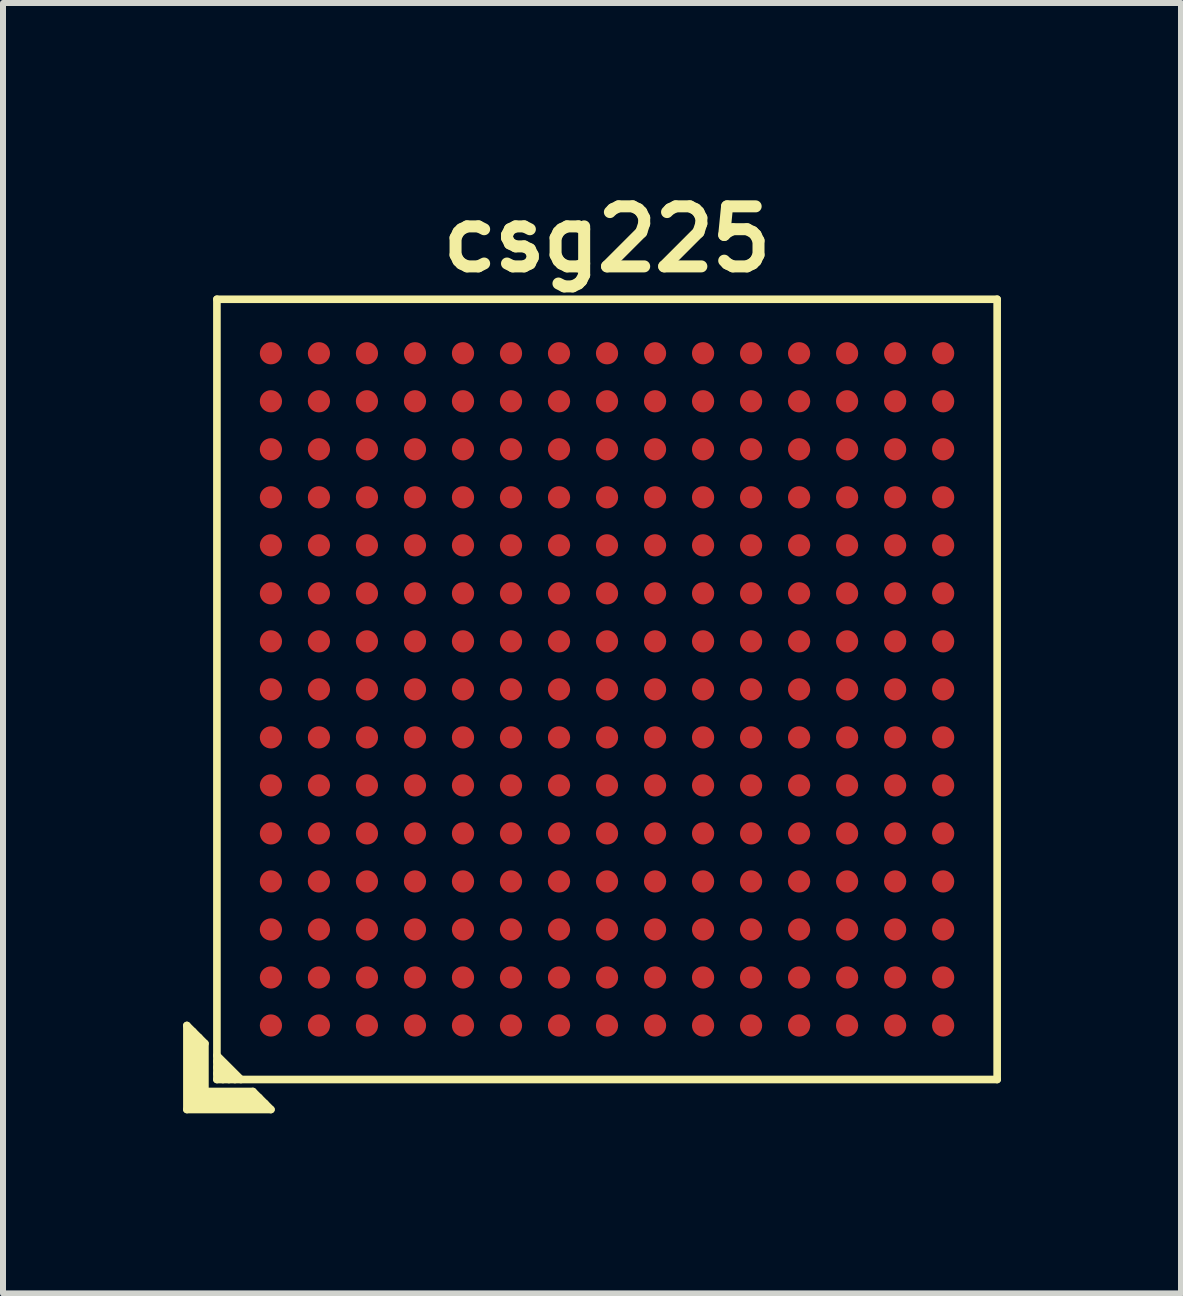
<source format=kicad_pcb>
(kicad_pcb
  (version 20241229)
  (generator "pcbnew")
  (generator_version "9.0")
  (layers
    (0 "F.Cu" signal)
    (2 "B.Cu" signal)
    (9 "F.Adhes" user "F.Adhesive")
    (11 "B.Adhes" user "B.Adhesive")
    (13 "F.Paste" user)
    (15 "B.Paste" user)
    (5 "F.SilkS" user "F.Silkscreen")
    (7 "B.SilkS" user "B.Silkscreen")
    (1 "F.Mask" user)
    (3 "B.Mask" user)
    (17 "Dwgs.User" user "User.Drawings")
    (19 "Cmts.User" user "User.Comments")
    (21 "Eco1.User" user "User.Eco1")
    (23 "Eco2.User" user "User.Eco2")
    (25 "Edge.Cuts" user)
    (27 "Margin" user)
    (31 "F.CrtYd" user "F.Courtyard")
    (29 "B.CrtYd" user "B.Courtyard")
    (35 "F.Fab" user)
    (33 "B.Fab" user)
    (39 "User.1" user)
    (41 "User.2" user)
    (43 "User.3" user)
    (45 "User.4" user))
  (footprint "csg225"
    (layer "F.Cu")
    (at 7.064 8.436)
    (property "Reference" "csg225" (at 0 -7.5 0) (layer "F.SilkS") (effects (font (size 1 1) (thickness 0.2))))
    (attr through_hole)
    (fp_line (start -7 5.6) (end -6.7 5.9) (stroke (width 0.127) (type solid)) (layer "F.SilkS"))
    (fp_line (start -7 7) (end -7 5.6) (stroke (width 0.127) (type solid)) (layer "F.SilkS"))
    (fp_line (start -6.9 6.9) (end -6.9 5.7) (stroke (width 0.127) (type solid)) (layer "F.SilkS"))
    (fp_line (start -6.8 5.8) (end -6.8 6.8) (stroke (width 0.127) (type solid)) (layer "F.SilkS"))
    (fp_line (start -6.8 6.8) (end -5.8 6.8) (stroke (width 0.127) (type solid)) (layer "F.SilkS"))
    (fp_line (start -6.7 5.9) (end -6.7 6.7) (stroke (width 0.127) (type solid)) (layer "F.SilkS"))
    (fp_line (start -6.7 6.7) (end -5.9 6.7) (stroke (width 0.127) (type solid)) (layer "F.SilkS"))
    (fp_line (start -6.5 -6.5) (end 6.5 -6.5) (stroke (width 0.127) (type solid)) (layer "F.SilkS"))
    (fp_line (start -6.5 6.1) (end -6.1 6.5) (stroke (width 0.127) (type solid)) (layer "F.SilkS"))
    (fp_line (start -6.5 6.2) (end -6.2 6.5) (stroke (width 0.127) (type solid)) (layer "F.SilkS"))
    (fp_line (start -6.5 6.5) (end -6.5 -6.5) (stroke (width 0.127) (type solid)) (layer "F.SilkS"))
    (fp_line (start -6.4 6.5) (end -6.5 6.4) (stroke (width 0.127) (type solid)) (layer "F.SilkS"))
    (fp_line (start -6.3 6.5) (end -6.5 6.3) (stroke (width 0.127) (type solid)) (layer "F.SilkS"))
    (fp_line (start -5.9 6.7) (end -5.6 7) (stroke (width 0.127) (type solid)) (layer "F.SilkS"))
    (fp_line (start -5.7 6.9) (end -6.9 6.9) (stroke (width 0.127) (type solid)) (layer "F.SilkS"))
    (fp_line (start -5.6 7) (end -7 7) (stroke (width 0.127) (type solid)) (layer "F.SilkS"))
    (fp_line (start 6.5 -6.5) (end 6.5 6.5) (stroke (width 0.127) (type solid)) (layer "F.SilkS"))
    (fp_line (start 6.5 6.5) (end -6.5 6.5) (stroke (width 0.127) (type solid)) (layer "F.SilkS"))
    (pad "A1" smd circle (at -5.6 5.6) (size 0.37 0.37) (layers "F.Cu" "F.Mask" "F.Paste"))
    (pad "A2" smd circle (at -5.6 4.8) (size 0.37 0.37) (layers "F.Cu" "F.Mask" "F.Paste"))
    (pad "A3" smd circle (at -5.6 4) (size 0.37 0.37) (layers "F.Cu" "F.Mask" "F.Paste"))
    (pad "A4" smd circle (at -5.6 3.2) (size 0.37 0.37) (layers "F.Cu" "F.Mask" "F.Paste"))
    (pad "A5" smd circle (at -5.6 2.4) (size 0.37 0.37) (layers "F.Cu" "F.Mask" "F.Paste"))
    (pad "A6" smd circle (at -5.6 1.6) (size 0.37 0.37) (layers "F.Cu" "F.Mask" "F.Paste"))
    (pad "A7" smd circle (at -5.6 0.8) (size 0.37 0.37) (layers "F.Cu" "F.Mask" "F.Paste"))
    (pad "A8" smd circle (at -5.6 0) (size 0.37 0.37) (layers "F.Cu" "F.Mask" "F.Paste"))
    (pad "A9" smd circle (at -5.6 -0.8) (size 0.37 0.37) (layers "F.Cu" "F.Mask" "F.Paste"))
    (pad "A10" smd circle (at -5.6 -1.6) (size 0.37 0.37) (layers "F.Cu" "F.Mask" "F.Paste"))
    (pad "A11" smd circle (at -5.6 -2.4) (size 0.37 0.37) (layers "F.Cu" "F.Mask" "F.Paste"))
    (pad "A12" smd circle (at -5.6 -3.2) (size 0.37 0.37) (layers "F.Cu" "F.Mask" "F.Paste"))
    (pad "A13" smd circle (at -5.6 -4) (size 0.37 0.37) (layers "F.Cu" "F.Mask" "F.Paste"))
    (pad "A14" smd circle (at -5.6 -4.8) (size 0.37 0.37) (layers "F.Cu" "F.Mask" "F.Paste"))
    (pad "A15" smd circle (at -5.6 -5.6) (size 0.37 0.37) (layers "F.Cu" "F.Mask" "F.Paste"))
    (pad "B1" smd circle (at -4.8 5.6) (size 0.37 0.37) (layers "F.Cu" "F.Mask" "F.Paste"))
    (pad "B2" smd circle (at -4.8 4.8) (size 0.37 0.37) (layers "F.Cu" "F.Mask" "F.Paste"))
    (pad "B3" smd circle (at -4.8 4) (size 0.37 0.37) (layers "F.Cu" "F.Mask" "F.Paste"))
    (pad "B4" smd circle (at -4.8 3.2) (size 0.37 0.37) (layers "F.Cu" "F.Mask" "F.Paste"))
    (pad "B5" smd circle (at -4.8 2.4) (size 0.37 0.37) (layers "F.Cu" "F.Mask" "F.Paste"))
    (pad "B6" smd circle (at -4.8 1.6) (size 0.37 0.37) (layers "F.Cu" "F.Mask" "F.Paste"))
    (pad "B7" smd circle (at -4.8 0.8) (size 0.37 0.37) (layers "F.Cu" "F.Mask" "F.Paste"))
    (pad "B8" smd circle (at -4.8 0) (size 0.37 0.37) (layers "F.Cu" "F.Mask" "F.Paste"))
    (pad "B9" smd circle (at -4.8 -0.8) (size 0.37 0.37) (layers "F.Cu" "F.Mask" "F.Paste"))
    (pad "B10" smd circle (at -4.8 -1.6) (size 0.37 0.37) (layers "F.Cu" "F.Mask" "F.Paste"))
    (pad "B11" smd circle (at -4.8 -2.4) (size 0.37 0.37) (layers "F.Cu" "F.Mask" "F.Paste"))
    (pad "B12" smd circle (at -4.8 -3.2) (size 0.37 0.37) (layers "F.Cu" "F.Mask" "F.Paste"))
    (pad "B13" smd circle (at -4.8 -4) (size 0.37 0.37) (layers "F.Cu" "F.Mask" "F.Paste"))
    (pad "B14" smd circle (at -4.8 -4.8) (size 0.37 0.37) (layers "F.Cu" "F.Mask" "F.Paste"))
    (pad "B15" smd circle (at -4.8 -5.6) (size 0.37 0.37) (layers "F.Cu" "F.Mask" "F.Paste"))
    (pad "C1" smd circle (at -4 5.6) (size 0.37 0.37) (layers "F.Cu" "F.Mask" "F.Paste"))
    (pad "C2" smd circle (at -4 4.8) (size 0.37 0.37) (layers "F.Cu" "F.Mask" "F.Paste"))
    (pad "C3" smd circle (at -4 4) (size 0.37 0.37) (layers "F.Cu" "F.Mask" "F.Paste"))
    (pad "C4" smd circle (at -4 3.2) (size 0.37 0.37) (layers "F.Cu" "F.Mask" "F.Paste"))
    (pad "C5" smd circle (at -4 2.4) (size 0.37 0.37) (layers "F.Cu" "F.Mask" "F.Paste"))
    (pad "C6" smd circle (at -4 1.6) (size 0.37 0.37) (layers "F.Cu" "F.Mask" "F.Paste"))
    (pad "C7" smd circle (at -4 0.8) (size 0.37 0.37) (layers "F.Cu" "F.Mask" "F.Paste"))
    (pad "C8" smd circle (at -4 0) (size 0.37 0.37) (layers "F.Cu" "F.Mask" "F.Paste"))
    (pad "C9" smd circle (at -4 -0.8) (size 0.37 0.37) (layers "F.Cu" "F.Mask" "F.Paste"))
    (pad "C10" smd circle (at -4 -1.6) (size 0.37 0.37) (layers "F.Cu" "F.Mask" "F.Paste"))
    (pad "C11" smd circle (at -4 -2.4) (size 0.37 0.37) (layers "F.Cu" "F.Mask" "F.Paste"))
    (pad "C12" smd circle (at -4 -3.2) (size 0.37 0.37) (layers "F.Cu" "F.Mask" "F.Paste"))
    (pad "C13" smd circle (at -4 -4) (size 0.37 0.37) (layers "F.Cu" "F.Mask" "F.Paste"))
    (pad "C14" smd circle (at -4 -4.8) (size 0.37 0.37) (layers "F.Cu" "F.Mask" "F.Paste"))
    (pad "C15" smd circle (at -4 -5.6) (size 0.37 0.37) (layers "F.Cu" "F.Mask" "F.Paste"))
    (pad "D1" smd circle (at -3.2 5.6) (size 0.37 0.37) (layers "F.Cu" "F.Mask" "F.Paste"))
    (pad "D2" smd circle (at -3.2 4.8) (size 0.37 0.37) (layers "F.Cu" "F.Mask" "F.Paste"))
    (pad "D3" smd circle (at -3.2 4) (size 0.37 0.37) (layers "F.Cu" "F.Mask" "F.Paste"))
    (pad "D4" smd circle (at -3.2 3.2) (size 0.37 0.37) (layers "F.Cu" "F.Mask" "F.Paste"))
    (pad "D5" smd circle (at -3.2 2.4) (size 0.37 0.37) (layers "F.Cu" "F.Mask" "F.Paste"))
    (pad "D6" smd circle (at -3.2 1.6) (size 0.37 0.37) (layers "F.Cu" "F.Mask" "F.Paste"))
    (pad "D7" smd circle (at -3.2 0.8) (size 0.37 0.37) (layers "F.Cu" "F.Mask" "F.Paste"))
    (pad "D8" smd circle (at -3.2 0) (size 0.37 0.37) (layers "F.Cu" "F.Mask" "F.Paste"))
    (pad "D9" smd circle (at -3.2 -0.8) (size 0.37 0.37) (layers "F.Cu" "F.Mask" "F.Paste"))
    (pad "D10" smd circle (at -3.2 -1.6) (size 0.37 0.37) (layers "F.Cu" "F.Mask" "F.Paste"))
    (pad "D11" smd circle (at -3.2 -2.4) (size 0.37 0.37) (layers "F.Cu" "F.Mask" "F.Paste"))
    (pad "D12" smd circle (at -3.2 -3.2) (size 0.37 0.37) (layers "F.Cu" "F.Mask" "F.Paste"))
    (pad "D13" smd circle (at -3.2 -4) (size 0.37 0.37) (layers "F.Cu" "F.Mask" "F.Paste"))
    (pad "D14" smd circle (at -3.2 -4.8) (size 0.37 0.37) (layers "F.Cu" "F.Mask" "F.Paste"))
    (pad "D15" smd circle (at -3.2 -5.6) (size 0.37 0.37) (layers "F.Cu" "F.Mask" "F.Paste"))
    (pad "E1" smd circle (at -2.4 5.6) (size 0.37 0.37) (layers "F.Cu" "F.Mask" "F.Paste"))
    (pad "E2" smd circle (at -2.4 4.8) (size 0.37 0.37) (layers "F.Cu" "F.Mask" "F.Paste"))
    (pad "E3" smd circle (at -2.4 4) (size 0.37 0.37) (layers "F.Cu" "F.Mask" "F.Paste"))
    (pad "E4" smd circle (at -2.4 3.2) (size 0.37 0.37) (layers "F.Cu" "F.Mask" "F.Paste"))
    (pad "E5" smd circle (at -2.4 2.4) (size 0.37 0.37) (layers "F.Cu" "F.Mask" "F.Paste"))
    (pad "E6" smd circle (at -2.4 1.6) (size 0.37 0.37) (layers "F.Cu" "F.Mask" "F.Paste"))
    (pad "E7" smd circle (at -2.4 0.8) (size 0.37 0.37) (layers "F.Cu" "F.Mask" "F.Paste"))
    (pad "E8" smd circle (at -2.4 0) (size 0.37 0.37) (layers "F.Cu" "F.Mask" "F.Paste"))
    (pad "E9" smd circle (at -2.4 -0.8) (size 0.37 0.37) (layers "F.Cu" "F.Mask" "F.Paste"))
    (pad "E10" smd circle (at -2.4 -1.6) (size 0.37 0.37) (layers "F.Cu" "F.Mask" "F.Paste"))
    (pad "E11" smd circle (at -2.4 -2.4) (size 0.37 0.37) (layers "F.Cu" "F.Mask" "F.Paste"))
    (pad "E12" smd circle (at -2.4 -3.2) (size 0.37 0.37) (layers "F.Cu" "F.Mask" "F.Paste"))
    (pad "E13" smd circle (at -2.4 -4) (size 0.37 0.37) (layers "F.Cu" "F.Mask" "F.Paste"))
    (pad "E14" smd circle (at -2.4 -4.8) (size 0.37 0.37) (layers "F.Cu" "F.Mask" "F.Paste"))
    (pad "E15" smd circle (at -2.4 -5.6) (size 0.37 0.37) (layers "F.Cu" "F.Mask" "F.Paste"))
    (pad "F1" smd circle (at -1.6 5.6) (size 0.37 0.37) (layers "F.Cu" "F.Mask" "F.Paste"))
    (pad "F2" smd circle (at -1.6 4.8) (size 0.37 0.37) (layers "F.Cu" "F.Mask" "F.Paste"))
    (pad "F3" smd circle (at -1.6 4) (size 0.37 0.37) (layers "F.Cu" "F.Mask" "F.Paste"))
    (pad "F4" smd circle (at -1.6 3.2) (size 0.37 0.37) (layers "F.Cu" "F.Mask" "F.Paste"))
    (pad "F5" smd circle (at -1.6 2.4) (size 0.37 0.37) (layers "F.Cu" "F.Mask" "F.Paste"))
    (pad "F6" smd circle (at -1.6 1.6) (size 0.37 0.37) (layers "F.Cu" "F.Mask" "F.Paste"))
    (pad "F7" smd circle (at -1.6 0.8) (size 0.37 0.37) (layers "F.Cu" "F.Mask" "F.Paste"))
    (pad "F8" smd circle (at -1.6 0) (size 0.37 0.37) (layers "F.Cu" "F.Mask" "F.Paste"))
    (pad "F9" smd circle (at -1.6 -0.8) (size 0.37 0.37) (layers "F.Cu" "F.Mask" "F.Paste"))
    (pad "F10" smd circle (at -1.6 -1.6) (size 0.37 0.37) (layers "F.Cu" "F.Mask" "F.Paste"))
    (pad "F11" smd circle (at -1.6 -2.4) (size 0.37 0.37) (layers "F.Cu" "F.Mask" "F.Paste"))
    (pad "F12" smd circle (at -1.6 -3.2) (size 0.37 0.37) (layers "F.Cu" "F.Mask" "F.Paste"))
    (pad "F13" smd circle (at -1.6 -4) (size 0.37 0.37) (layers "F.Cu" "F.Mask" "F.Paste"))
    (pad "F14" smd circle (at -1.6 -4.8) (size 0.37 0.37) (layers "F.Cu" "F.Mask" "F.Paste"))
    (pad "F15" smd circle (at -1.6 -5.6) (size 0.37 0.37) (layers "F.Cu" "F.Mask" "F.Paste"))
    (pad "G1" smd circle (at -0.8 5.6) (size 0.37 0.37) (layers "F.Cu" "F.Mask" "F.Paste"))
    (pad "G2" smd circle (at -0.8 4.8) (size 0.37 0.37) (layers "F.Cu" "F.Mask" "F.Paste"))
    (pad "G3" smd circle (at -0.8 4) (size 0.37 0.37) (layers "F.Cu" "F.Mask" "F.Paste"))
    (pad "G4" smd circle (at -0.8 3.2) (size 0.37 0.37) (layers "F.Cu" "F.Mask" "F.Paste"))
    (pad "G5" smd circle (at -0.8 2.4) (size 0.37 0.37) (layers "F.Cu" "F.Mask" "F.Paste"))
    (pad "G6" smd circle (at -0.8 1.6) (size 0.37 0.37) (layers "F.Cu" "F.Mask" "F.Paste"))
    (pad "G7" smd circle (at -0.8 0.8) (size 0.37 0.37) (layers "F.Cu" "F.Mask" "F.Paste"))
    (pad "G8" smd circle (at -0.8 0) (size 0.37 0.37) (layers "F.Cu" "F.Mask" "F.Paste"))
    (pad "G9" smd circle (at -0.8 -0.8) (size 0.37 0.37) (layers "F.Cu" "F.Mask" "F.Paste"))
    (pad "G10" smd circle (at -0.8 -1.6) (size 0.37 0.37) (layers "F.Cu" "F.Mask" "F.Paste"))
    (pad "G11" smd circle (at -0.8 -2.4) (size 0.37 0.37) (layers "F.Cu" "F.Mask" "F.Paste"))
    (pad "G12" smd circle (at -0.8 -3.2) (size 0.37 0.37) (layers "F.Cu" "F.Mask" "F.Paste"))
    (pad "G13" smd circle (at -0.8 -4) (size 0.37 0.37) (layers "F.Cu" "F.Mask" "F.Paste"))
    (pad "G14" smd circle (at -0.8 -4.8) (size 0.37 0.37) (layers "F.Cu" "F.Mask" "F.Paste"))
    (pad "G15" smd circle (at -0.8 -5.6) (size 0.37 0.37) (layers "F.Cu" "F.Mask" "F.Paste"))
    (pad "H1" smd circle (at 0 5.6) (size 0.37 0.37) (layers "F.Cu" "F.Mask" "F.Paste"))
    (pad "H2" smd circle (at 0 4.8) (size 0.37 0.37) (layers "F.Cu" "F.Mask" "F.Paste"))
    (pad "H3" smd circle (at 0 4) (size 0.37 0.37) (layers "F.Cu" "F.Mask" "F.Paste"))
    (pad "H4" smd circle (at 0 3.2) (size 0.37 0.37) (layers "F.Cu" "F.Mask" "F.Paste"))
    (pad "H5" smd circle (at 0 2.4) (size 0.37 0.37) (layers "F.Cu" "F.Mask" "F.Paste"))
    (pad "H6" smd circle (at 0 1.6) (size 0.37 0.37) (layers "F.Cu" "F.Mask" "F.Paste"))
    (pad "H7" smd circle (at 0 0.8) (size 0.37 0.37) (layers "F.Cu" "F.Mask" "F.Paste"))
    (pad "H8" smd circle (at 0 0) (size 0.37 0.37) (layers "F.Cu" "F.Mask" "F.Paste"))
    (pad "H9" smd circle (at 0 -0.8) (size 0.37 0.37) (layers "F.Cu" "F.Mask" "F.Paste"))
    (pad "H10" smd circle (at 0 -1.6) (size 0.37 0.37) (layers "F.Cu" "F.Mask" "F.Paste"))
    (pad "H11" smd circle (at 0 -2.4) (size 0.37 0.37) (layers "F.Cu" "F.Mask" "F.Paste"))
    (pad "H12" smd circle (at 0 -3.2) (size 0.37 0.37) (layers "F.Cu" "F.Mask" "F.Paste"))
    (pad "H13" smd circle (at 0 -4) (size 0.37 0.37) (layers "F.Cu" "F.Mask" "F.Paste"))
    (pad "H14" smd circle (at 0 -4.8) (size 0.37 0.37) (layers "F.Cu" "F.Mask" "F.Paste"))
    (pad "H15" smd circle (at 0 -5.6) (size 0.37 0.37) (layers "F.Cu" "F.Mask" "F.Paste"))
    (pad "J1" smd circle (at 0.8 5.6) (size 0.37 0.37) (layers "F.Cu" "F.Mask" "F.Paste"))
    (pad "J2" smd circle (at 0.8 4.8) (size 0.37 0.37) (layers "F.Cu" "F.Mask" "F.Paste"))
    (pad "J3" smd circle (at 0.8 4) (size 0.37 0.37) (layers "F.Cu" "F.Mask" "F.Paste"))
    (pad "J4" smd circle (at 0.8 3.2) (size 0.37 0.37) (layers "F.Cu" "F.Mask" "F.Paste"))
    (pad "J5" smd circle (at 0.8 2.4) (size 0.37 0.37) (layers "F.Cu" "F.Mask" "F.Paste"))
    (pad "J6" smd circle (at 0.8 1.6) (size 0.37 0.37) (layers "F.Cu" "F.Mask" "F.Paste"))
    (pad "J7" smd circle (at 0.8 0.8) (size 0.37 0.37) (layers "F.Cu" "F.Mask" "F.Paste"))
    (pad "J8" smd circle (at 0.8 0) (size 0.37 0.37) (layers "F.Cu" "F.Mask" "F.Paste"))
    (pad "J9" smd circle (at 0.8 -0.8) (size 0.37 0.37) (layers "F.Cu" "F.Mask" "F.Paste"))
    (pad "J10" smd circle (at 0.8 -1.6) (size 0.37 0.37) (layers "F.Cu" "F.Mask" "F.Paste"))
    (pad "J11" smd circle (at 0.8 -2.4) (size 0.37 0.37) (layers "F.Cu" "F.Mask" "F.Paste"))
    (pad "J12" smd circle (at 0.8 -3.2) (size 0.37 0.37) (layers "F.Cu" "F.Mask" "F.Paste"))
    (pad "J13" smd circle (at 0.8 -4) (size 0.37 0.37) (layers "F.Cu" "F.Mask" "F.Paste"))
    (pad "J14" smd circle (at 0.8 -4.8) (size 0.37 0.37) (layers "F.Cu" "F.Mask" "F.Paste"))
    (pad "J15" smd circle (at 0.8 -5.6) (size 0.37 0.37) (layers "F.Cu" "F.Mask" "F.Paste"))
    (pad "K1" smd circle (at 1.6 5.6) (size 0.37 0.37) (layers "F.Cu" "F.Mask" "F.Paste"))
    (pad "K2" smd circle (at 1.6 4.8) (size 0.37 0.37) (layers "F.Cu" "F.Mask" "F.Paste"))
    (pad "K3" smd circle (at 1.6 4) (size 0.37 0.37) (layers "F.Cu" "F.Mask" "F.Paste"))
    (pad "K4" smd circle (at 1.6 3.2) (size 0.37 0.37) (layers "F.Cu" "F.Mask" "F.Paste"))
    (pad "K5" smd circle (at 1.6 2.4) (size 0.37 0.37) (layers "F.Cu" "F.Mask" "F.Paste"))
    (pad "K6" smd circle (at 1.6 1.6) (size 0.37 0.37) (layers "F.Cu" "F.Mask" "F.Paste"))
    (pad "K7" smd circle (at 1.6 0.8) (size 0.37 0.37) (layers "F.Cu" "F.Mask" "F.Paste"))
    (pad "K8" smd circle (at 1.6 0) (size 0.37 0.37) (layers "F.Cu" "F.Mask" "F.Paste"))
    (pad "K9" smd circle (at 1.6 -0.8) (size 0.37 0.37) (layers "F.Cu" "F.Mask" "F.Paste"))
    (pad "K10" smd circle (at 1.6 -1.6) (size 0.37 0.37) (layers "F.Cu" "F.Mask" "F.Paste"))
    (pad "K11" smd circle (at 1.6 -2.4) (size 0.37 0.37) (layers "F.Cu" "F.Mask" "F.Paste"))
    (pad "K12" smd circle (at 1.6 -3.2) (size 0.37 0.37) (layers "F.Cu" "F.Mask" "F.Paste"))
    (pad "K13" smd circle (at 1.6 -4) (size 0.37 0.37) (layers "F.Cu" "F.Mask" "F.Paste"))
    (pad "K14" smd circle (at 1.6 -4.8) (size 0.37 0.37) (layers "F.Cu" "F.Mask" "F.Paste"))
    (pad "K15" smd circle (at 1.6 -5.6) (size 0.37 0.37) (layers "F.Cu" "F.Mask" "F.Paste"))
    (pad "L1" smd circle (at 2.4 5.6) (size 0.37 0.37) (layers "F.Cu" "F.Mask" "F.Paste"))
    (pad "L2" smd circle (at 2.4 4.8) (size 0.37 0.37) (layers "F.Cu" "F.Mask" "F.Paste"))
    (pad "L3" smd circle (at 2.4 4) (size 0.37 0.37) (layers "F.Cu" "F.Mask" "F.Paste"))
    (pad "L4" smd circle (at 2.4 3.2) (size 0.37 0.37) (layers "F.Cu" "F.Mask" "F.Paste"))
    (pad "L5" smd circle (at 2.4 2.4) (size 0.37 0.37) (layers "F.Cu" "F.Mask" "F.Paste"))
    (pad "L6" smd circle (at 2.4 1.6) (size 0.37 0.37) (layers "F.Cu" "F.Mask" "F.Paste"))
    (pad "L7" smd circle (at 2.4 0.8) (size 0.37 0.37) (layers "F.Cu" "F.Mask" "F.Paste"))
    (pad "L8" smd circle (at 2.4 0) (size 0.37 0.37) (layers "F.Cu" "F.Mask" "F.Paste"))
    (pad "L9" smd circle (at 2.4 -0.8) (size 0.37 0.37) (layers "F.Cu" "F.Mask" "F.Paste"))
    (pad "L10" smd circle (at 2.4 -1.6) (size 0.37 0.37) (layers "F.Cu" "F.Mask" "F.Paste"))
    (pad "L11" smd circle (at 2.4 -2.4) (size 0.37 0.37) (layers "F.Cu" "F.Mask" "F.Paste"))
    (pad "L12" smd circle (at 2.4 -3.2) (size 0.37 0.37) (layers "F.Cu" "F.Mask" "F.Paste"))
    (pad "L13" smd circle (at 2.4 -4) (size 0.37 0.37) (layers "F.Cu" "F.Mask" "F.Paste"))
    (pad "L14" smd circle (at 2.4 -4.8) (size 0.37 0.37) (layers "F.Cu" "F.Mask" "F.Paste"))
    (pad "L15" smd circle (at 2.4 -5.6) (size 0.37 0.37) (layers "F.Cu" "F.Mask" "F.Paste"))
    (pad "M1" smd circle (at 3.2 5.6) (size 0.37 0.37) (layers "F.Cu" "F.Mask" "F.Paste"))
    (pad "M2" smd circle (at 3.2 4.8) (size 0.37 0.37) (layers "F.Cu" "F.Mask" "F.Paste"))
    (pad "M3" smd circle (at 3.2 4) (size 0.37 0.37) (layers "F.Cu" "F.Mask" "F.Paste"))
    (pad "M4" smd circle (at 3.2 3.2) (size 0.37 0.37) (layers "F.Cu" "F.Mask" "F.Paste"))
    (pad "M5" smd circle (at 3.2 2.4) (size 0.37 0.37) (layers "F.Cu" "F.Mask" "F.Paste"))
    (pad "M6" smd circle (at 3.2 1.6) (size 0.37 0.37) (layers "F.Cu" "F.Mask" "F.Paste"))
    (pad "M7" smd circle (at 3.2 0.8) (size 0.37 0.37) (layers "F.Cu" "F.Mask" "F.Paste"))
    (pad "M8" smd circle (at 3.2 0) (size 0.37 0.37) (layers "F.Cu" "F.Mask" "F.Paste"))
    (pad "M9" smd circle (at 3.2 -0.8) (size 0.37 0.37) (layers "F.Cu" "F.Mask" "F.Paste"))
    (pad "M10" smd circle (at 3.2 -1.6) (size 0.37 0.37) (layers "F.Cu" "F.Mask" "F.Paste"))
    (pad "M11" smd circle (at 3.2 -2.4) (size 0.37 0.37) (layers "F.Cu" "F.Mask" "F.Paste"))
    (pad "M12" smd circle (at 3.2 -3.2) (size 0.37 0.37) (layers "F.Cu" "F.Mask" "F.Paste"))
    (pad "M13" smd circle (at 3.2 -4) (size 0.37 0.37) (layers "F.Cu" "F.Mask" "F.Paste"))
    (pad "M14" smd circle (at 3.2 -4.8) (size 0.37 0.37) (layers "F.Cu" "F.Mask" "F.Paste"))
    (pad "M15" smd circle (at 3.2 -5.6) (size 0.37 0.37) (layers "F.Cu" "F.Mask" "F.Paste"))
    (pad "N1" smd circle (at 4 5.6) (size 0.37 0.37) (layers "F.Cu" "F.Mask" "F.Paste"))
    (pad "N2" smd circle (at 4 4.8) (size 0.37 0.37) (layers "F.Cu" "F.Mask" "F.Paste"))
    (pad "N3" smd circle (at 4 4) (size 0.37 0.37) (layers "F.Cu" "F.Mask" "F.Paste"))
    (pad "N4" smd circle (at 4 3.2) (size 0.37 0.37) (layers "F.Cu" "F.Mask" "F.Paste"))
    (pad "N5" smd circle (at 4 2.4) (size 0.37 0.37) (layers "F.Cu" "F.Mask" "F.Paste"))
    (pad "N6" smd circle (at 4 1.6) (size 0.37 0.37) (layers "F.Cu" "F.Mask" "F.Paste"))
    (pad "N7" smd circle (at 4 0.8) (size 0.37 0.37) (layers "F.Cu" "F.Mask" "F.Paste"))
    (pad "N8" smd circle (at 4 0) (size 0.37 0.37) (layers "F.Cu" "F.Mask" "F.Paste"))
    (pad "N9" smd circle (at 4 -0.8) (size 0.37 0.37) (layers "F.Cu" "F.Mask" "F.Paste"))
    (pad "N10" smd circle (at 4 -1.6) (size 0.37 0.37) (layers "F.Cu" "F.Mask" "F.Paste"))
    (pad "N11" smd circle (at 4 -2.4) (size 0.37 0.37) (layers "F.Cu" "F.Mask" "F.Paste"))
    (pad "N12" smd circle (at 4 -3.2) (size 0.37 0.37) (layers "F.Cu" "F.Mask" "F.Paste"))
    (pad "N13" smd circle (at 4 -4) (size 0.37 0.37) (layers "F.Cu" "F.Mask" "F.Paste"))
    (pad "N14" smd circle (at 4 -4.8) (size 0.37 0.37) (layers "F.Cu" "F.Mask" "F.Paste"))
    (pad "N15" smd circle (at 4 -5.6) (size 0.37 0.37) (layers "F.Cu" "F.Mask" "F.Paste"))
    (pad "P1" smd circle (at 4.8 5.6) (size 0.37 0.37) (layers "F.Cu" "F.Mask" "F.Paste"))
    (pad "P2" smd circle (at 4.8 4.8) (size 0.37 0.37) (layers "F.Cu" "F.Mask" "F.Paste"))
    (pad "P3" smd circle (at 4.8 4) (size 0.37 0.37) (layers "F.Cu" "F.Mask" "F.Paste"))
    (pad "P4" smd circle (at 4.8 3.2) (size 0.37 0.37) (layers "F.Cu" "F.Mask" "F.Paste"))
    (pad "P5" smd circle (at 4.8 2.4) (size 0.37 0.37) (layers "F.Cu" "F.Mask" "F.Paste"))
    (pad "P6" smd circle (at 4.8 1.6) (size 0.37 0.37) (layers "F.Cu" "F.Mask" "F.Paste"))
    (pad "P7" smd circle (at 4.8 0.8) (size 0.37 0.37) (layers "F.Cu" "F.Mask" "F.Paste"))
    (pad "P8" smd circle (at 4.8 0) (size 0.37 0.37) (layers "F.Cu" "F.Mask" "F.Paste"))
    (pad "P9" smd circle (at 4.8 -0.8) (size 0.37 0.37) (layers "F.Cu" "F.Mask" "F.Paste"))
    (pad "P10" smd circle (at 4.8 -1.6) (size 0.37 0.37) (layers "F.Cu" "F.Mask" "F.Paste"))
    (pad "P11" smd circle (at 4.8 -2.4) (size 0.37 0.37) (layers "F.Cu" "F.Mask" "F.Paste"))
    (pad "P12" smd circle (at 4.8 -3.2) (size 0.37 0.37) (layers "F.Cu" "F.Mask" "F.Paste"))
    (pad "P13" smd circle (at 4.8 -4) (size 0.37 0.37) (layers "F.Cu" "F.Mask" "F.Paste"))
    (pad "P14" smd circle (at 4.8 -4.8) (size 0.37 0.37) (layers "F.Cu" "F.Mask" "F.Paste"))
    (pad "P15" smd circle (at 4.8 -5.6) (size 0.37 0.37) (layers "F.Cu" "F.Mask" "F.Paste"))
    (pad "R1" smd circle (at 5.6 5.6) (size 0.37 0.37) (layers "F.Cu" "F.Mask" "F.Paste"))
    (pad "R2" smd circle (at 5.6 4.8) (size 0.37 0.37) (layers "F.Cu" "F.Mask" "F.Paste"))
    (pad "R3" smd circle (at 5.6 4) (size 0.37 0.37) (layers "F.Cu" "F.Mask" "F.Paste"))
    (pad "R4" smd circle (at 5.6 3.2) (size 0.37 0.37) (layers "F.Cu" "F.Mask" "F.Paste"))
    (pad "R5" smd circle (at 5.6 2.4) (size 0.37 0.37) (layers "F.Cu" "F.Mask" "F.Paste"))
    (pad "R6" smd circle (at 5.6 1.6) (size 0.37 0.37) (layers "F.Cu" "F.Mask" "F.Paste"))
    (pad "R7" smd circle (at 5.6 0.8) (size 0.37 0.37) (layers "F.Cu" "F.Mask" "F.Paste"))
    (pad "R8" smd circle (at 5.6 0) (size 0.37 0.37) (layers "F.Cu" "F.Mask" "F.Paste"))
    (pad "R9" smd circle (at 5.6 -0.8) (size 0.37 0.37) (layers "F.Cu" "F.Mask" "F.Paste"))
    (pad "R10" smd circle (at 5.6 -1.6) (size 0.37 0.37) (layers "F.Cu" "F.Mask" "F.Paste"))
    (pad "R11" smd circle (at 5.6 -2.4) (size 0.37 0.37) (layers "F.Cu" "F.Mask" "F.Paste"))
    (pad "R12" smd circle (at 5.6 -3.2) (size 0.37 0.37) (layers "F.Cu" "F.Mask" "F.Paste"))
    (pad "R13" smd circle (at 5.6 -4) (size 0.37 0.37) (layers "F.Cu" "F.Mask" "F.Paste"))
    (pad "R14" smd circle (at 5.6 -4.8) (size 0.37 0.37) (layers "F.Cu" "F.Mask" "F.Paste"))
    (pad "R15" smd circle (at 5.6 -5.6) (size 0.37 0.37) (layers "F.Cu" "F.Mask" "F.Paste")))
  (gr_rect
    (start -3 -3)
    (end 16.627 18.5)
    (stroke (width 0.1) (type default))
    (fill no)
    (layer "Edge.Cuts")))
</source>
